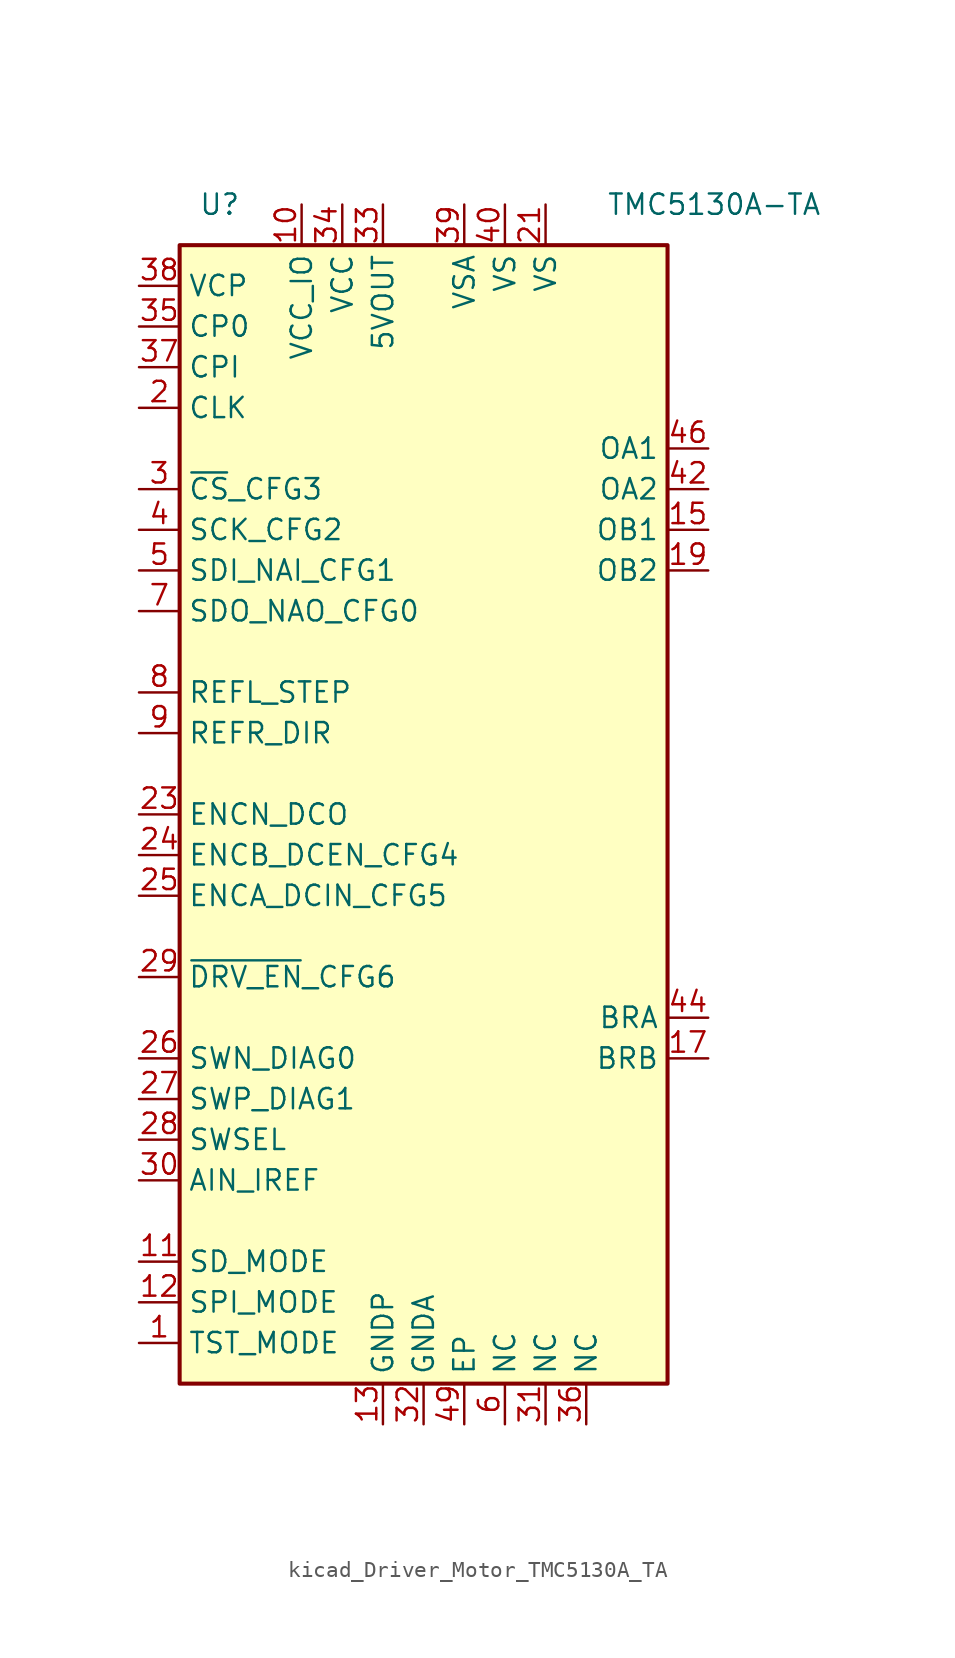
<source format=kicad_sym>
(kicad_symbol_lib
  (version 20220914)
  (generator kicad_symbol_editor)
  (symbol "kicad_Driver_Motor_TMC5130A_TA"
    (property "Reference" "U"
      (at -11.43 38.1 0)
      (effects (font (size 1.27 1.27)) (justify right)))
    (property "Value" "TMC5130A-TA"
      (at 11.43 38.1 0)
      (effects (font (size 1.27 1.27)) (justify left)))
    (symbol "kicad_Driver_Motor_TMC5130A_TA_0_1"
      (rectangle (start -15.24 35.56) (end 15.24 -35.56) (stroke (width 0.254) (type default)) (fill (type background))))
    (symbol "kicad_Driver_Motor_TMC5130A_TA_1_1"
      (pin input line (at -17.78 -33.02 0) (length 2.54) (name "TST_MODE" (effects (font (size 1.27 1.27)))) (number "1" (effects (font (size 1.27 1.27)))))
      (pin power_in line (at -7.62 38.1 270) (length 2.54) (name "VCC_IO" (effects (font (size 1.27 1.27)))) (number "10" (effects (font (size 1.27 1.27)))))
      (pin input line (at -17.78 -27.94 0) (length 2.54) (name "SD_MODE" (effects (font (size 1.27 1.27)))) (number "11" (effects (font (size 1.27 1.27)))))
      (pin input line (at -17.78 -30.48 0) (length 2.54) (name "SPI_MODE" (effects (font (size 1.27 1.27)))) (number "12" (effects (font (size 1.27 1.27)))))
      (pin power_in line (at -2.54 -38.1 90) (length 2.54) (name "GNDP" (effects (font (size 1.27 1.27)))) (number "13" (effects (font (size 1.27 1.27)))))
      (pin no_connect line (at 15.24 12.7 180) (length 2.54) hide (name "DNC" (effects (font (size 1.27 1.27)))) (number "14" (effects (font (size 1.27 1.27)))))
      (pin output line (at 17.78 17.78 180) (length 2.54) (name "OB1" (effects (font (size 1.27 1.27)))) (number "15" (effects (font (size 1.27 1.27)))))
      (pin no_connect line (at 15.24 10.16 180) (length 2.54) hide (name "DNC" (effects (font (size 1.27 1.27)))) (number "16" (effects (font (size 1.27 1.27)))))
      (pin passive line (at 17.78 -15.24 180) (length 2.54) (name "BRB" (effects (font (size 1.27 1.27)))) (number "17" (effects (font (size 1.27 1.27)))))
      (pin no_connect line (at 15.24 7.62 180) (length 2.54) hide (name "DNC" (effects (font (size 1.27 1.27)))) (number "18" (effects (font (size 1.27 1.27)))))
      (pin output line (at 17.78 15.24 180) (length 2.54) (name "OB2" (effects (font (size 1.27 1.27)))) (number "19" (effects (font (size 1.27 1.27)))))
      (pin input line (at -17.78 25.4 0) (length 2.54) (name "CLK" (effects (font (size 1.27 1.27)))) (number "2" (effects (font (size 1.27 1.27)))))
      (pin no_connect line (at 15.24 5.08 180) (length 2.54) hide (name "DNC" (effects (font (size 1.27 1.27)))) (number "20" (effects (font (size 1.27 1.27)))))
      (pin power_in line (at 7.62 38.1 270) (length 2.54) (name "VS" (effects (font (size 1.27 1.27)))) (number "21" (effects (font (size 1.27 1.27)))))
      (pin no_connect line (at 15.24 2.54 180) (length 2.54) hide (name "DNC" (effects (font (size 1.27 1.27)))) (number "22" (effects (font (size 1.27 1.27)))))
      (pin bidirectional line (at -17.78 0 0) (length 2.54) (name "ENCN_DCO" (effects (font (size 1.27 1.27)))) (number "23" (effects (font (size 1.27 1.27)))))
      (pin input line (at -17.78 -2.54 0) (length 2.54) (name "ENCB_DCEN_CFG4" (effects (font (size 1.27 1.27)))) (number "24" (effects (font (size 1.27 1.27)))))
      (pin input line (at -17.78 -5.08 0) (length 2.54) (name "ENCA_DCIN_CFG5" (effects (font (size 1.27 1.27)))) (number "25" (effects (font (size 1.27 1.27)))))
      (pin bidirectional line (at -17.78 -15.24 0) (length 2.54) (name "SWN_DIAG0" (effects (font (size 1.27 1.27)))) (number "26" (effects (font (size 1.27 1.27)))))
      (pin bidirectional line (at -17.78 -17.78 0) (length 2.54) (name "SWP_DIAG1" (effects (font (size 1.27 1.27)))) (number "27" (effects (font (size 1.27 1.27)))))
      (pin input line (at -17.78 -20.32 0) (length 2.54) (name "SWSEL" (effects (font (size 1.27 1.27)))) (number "28" (effects (font (size 1.27 1.27)))))
      (pin input line (at -17.78 -10.16 0) (length 2.54) (name "~{DRV_EN}_CFG6" (effects (font (size 1.27 1.27)))) (number "29" (effects (font (size 1.27 1.27)))))
      (pin input line (at -17.78 20.32 0) (length 2.54) (name "~{CS}_CFG3" (effects (font (size 1.27 1.27)))) (number "3" (effects (font (size 1.27 1.27)))))
      (pin input line (at -17.78 -22.86 0) (length 2.54) (name "AIN_IREF" (effects (font (size 1.27 1.27)))) (number "30" (effects (font (size 1.27 1.27)))))
      (pin passive line (at 7.62 -38.1 90) (length 2.54) (name "NC" (effects (font (size 1.27 1.27)))) (number "31" (effects (font (size 1.27 1.27)))))
      (pin power_in line (at 0 -38.1 90) (length 2.54) (name "GNDA" (effects (font (size 1.27 1.27)))) (number "32" (effects (font (size 1.27 1.27)))))
      (pin power_out line (at -2.54 38.1 270) (length 2.54) (name "5VOUT" (effects (font (size 1.27 1.27)))) (number "33" (effects (font (size 1.27 1.27)))))
      (pin power_in line (at -5.08 38.1 270) (length 2.54) (name "VCC" (effects (font (size 1.27 1.27)))) (number "34" (effects (font (size 1.27 1.27)))))
      (pin passive line (at -17.78 30.48 0) (length 2.54) (name "CP0" (effects (font (size 1.27 1.27)))) (number "35" (effects (font (size 1.27 1.27)))))
      (pin passive line (at 10.16 -38.1 90) (length 2.54) (name "NC" (effects (font (size 1.27 1.27)))) (number "36" (effects (font (size 1.27 1.27)))))
      (pin passive line (at -17.78 27.94 0) (length 2.54) (name "CPI" (effects (font (size 1.27 1.27)))) (number "37" (effects (font (size 1.27 1.27)))))
      (pin passive line (at -17.78 33.02 0) (length 2.54) (name "VCP" (effects (font (size 1.27 1.27)))) (number "38" (effects (font (size 1.27 1.27)))))
      (pin power_in line (at 2.54 38.1 270) (length 2.54) (name "VSA" (effects (font (size 1.27 1.27)))) (number "39" (effects (font (size 1.27 1.27)))))
      (pin input line (at -17.78 17.78 0) (length 2.54) (name "SCK_CFG2" (effects (font (size 1.27 1.27)))) (number "4" (effects (font (size 1.27 1.27)))))
      (pin power_in line (at 5.08 38.1 270) (length 2.54) (name "VS" (effects (font (size 1.27 1.27)))) (number "40" (effects (font (size 1.27 1.27)))))
      (pin no_connect line (at 15.24 33.02 180) (length 2.54) hide (name "DNC" (effects (font (size 1.27 1.27)))) (number "41" (effects (font (size 1.27 1.27)))))
      (pin output line (at 17.78 20.32 180) (length 2.54) (name "OA2" (effects (font (size 1.27 1.27)))) (number "42" (effects (font (size 1.27 1.27)))))
      (pin no_connect line (at 15.24 30.48 180) (length 2.54) hide (name "DNC" (effects (font (size 1.27 1.27)))) (number "43" (effects (font (size 1.27 1.27)))))
      (pin passive line (at 17.78 -12.7 180) (length 2.54) (name "BRA" (effects (font (size 1.27 1.27)))) (number "44" (effects (font (size 1.27 1.27)))))
      (pin no_connect line (at 15.24 27.94 180) (length 2.54) hide (name "DNC" (effects (font (size 1.27 1.27)))) (number "45" (effects (font (size 1.27 1.27)))))
      (pin output line (at 17.78 22.86 180) (length 2.54) (name "OA1" (effects (font (size 1.27 1.27)))) (number "46" (effects (font (size 1.27 1.27)))))
      (pin no_connect line (at 15.24 25.4 180) (length 2.54) hide (name "DNC" (effects (font (size 1.27 1.27)))) (number "47" (effects (font (size 1.27 1.27)))))
      (pin passive line (at -2.54 -38.1 90) (length 2.54) hide (name "GNDP" (effects (font (size 1.27 1.27)))) (number "48" (effects (font (size 1.27 1.27)))))
      (pin power_in line (at 2.54 -38.1 90) (length 2.54) (name "EP" (effects (font (size 1.27 1.27)))) (number "49" (effects (font (size 1.27 1.27)))))
      (pin input line (at -17.78 15.24 0) (length 2.54) (name "SDI_NAI_CFG1" (effects (font (size 1.27 1.27)))) (number "5" (effects (font (size 1.27 1.27)))))
      (pin passive line (at 5.08 -38.1 90) (length 2.54) (name "NC" (effects (font (size 1.27 1.27)))) (number "6" (effects (font (size 1.27 1.27)))))
      (pin bidirectional line (at -17.78 12.7 0) (length 2.54) (name "SDO_NAO_CFG0" (effects (font (size 1.27 1.27)))) (number "7" (effects (font (size 1.27 1.27)))))
      (pin input line (at -17.78 7.62 0) (length 2.54) (name "REFL_STEP" (effects (font (size 1.27 1.27)))) (number "8" (effects (font (size 1.27 1.27)))))
      (pin input line (at -17.78 5.08 0) (length 2.54) (name "REFR_DIR" (effects (font (size 1.27 1.27)))) (number "9" (effects (font (size 1.27 1.27))))))))
</source>
